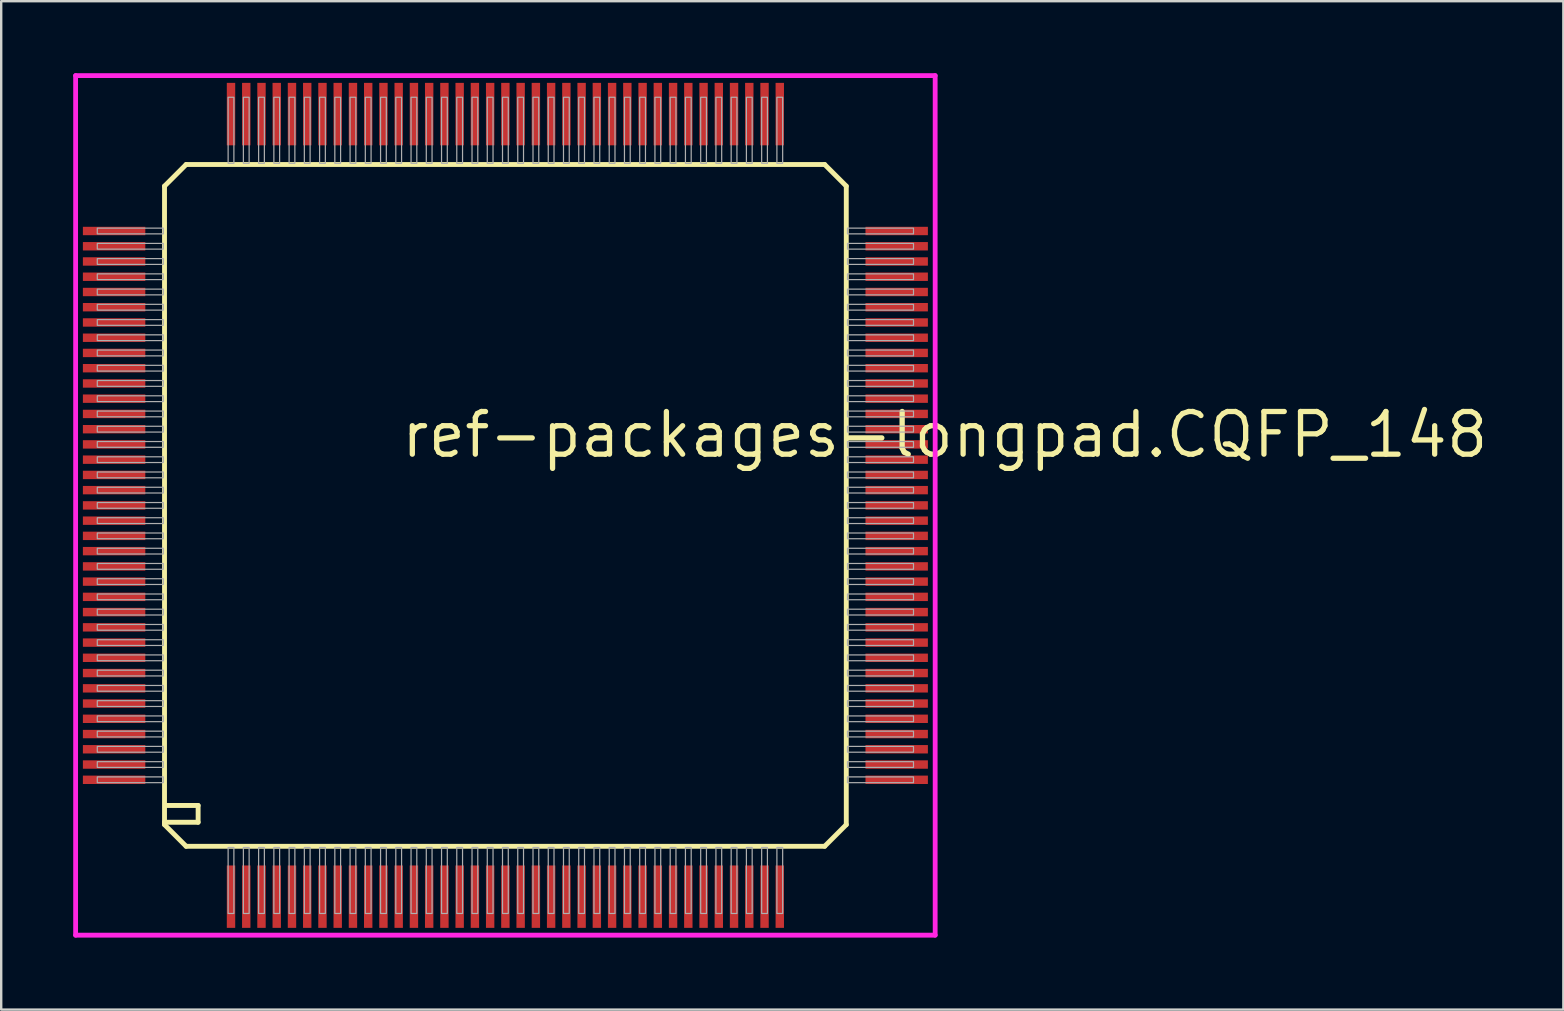
<source format=kicad_pcb>
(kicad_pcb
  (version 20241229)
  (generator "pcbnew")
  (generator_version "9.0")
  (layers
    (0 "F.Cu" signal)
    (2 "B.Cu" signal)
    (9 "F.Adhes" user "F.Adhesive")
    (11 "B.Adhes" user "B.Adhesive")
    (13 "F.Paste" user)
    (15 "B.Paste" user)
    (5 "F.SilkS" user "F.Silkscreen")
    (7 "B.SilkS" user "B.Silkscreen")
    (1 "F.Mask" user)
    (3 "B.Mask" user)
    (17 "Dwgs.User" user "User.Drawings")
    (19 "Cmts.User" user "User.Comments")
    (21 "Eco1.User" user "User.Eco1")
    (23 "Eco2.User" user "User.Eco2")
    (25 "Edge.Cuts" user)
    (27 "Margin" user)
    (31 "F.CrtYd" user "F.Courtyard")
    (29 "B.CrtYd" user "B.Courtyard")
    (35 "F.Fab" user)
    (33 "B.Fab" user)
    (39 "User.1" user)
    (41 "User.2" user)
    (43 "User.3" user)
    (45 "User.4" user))
  (footprint "ref-packages-longpad.CQFP_148"
    (layer "F.Cu")
    (at 18.003 18.003)
    (property "Reference" "ref-packages-longpad.CQFP_148" (at -4.445 -1.905 0) (layer "F.SilkS") (effects (font (size 1.778 1.778) (thickness 0.22)) (justify left bottom)))
    (attr smd)
    (fp_line (start -14.2 -13.3) (end -14.2 13.2) (stroke (width 0.203) (type default)) (layer "F.SilkS"))
    (fp_line (start -14.2 -13.3) (end -13.3 -14.2) (stroke (width 0.203) (type default)) (layer "F.SilkS"))
    (fp_line (start -14.2 13.2) (end -14.2 13.3) (stroke (width 0.203) (type default)) (layer "F.SilkS"))
    (fp_line (start -14.2 13.2) (end -12.8 13.2) (stroke (width 0.203) (type default)) (layer "F.SilkS"))
    (fp_line (start -14.2 13.3) (end -13.3 14.2) (stroke (width 0.203) (type default)) (layer "F.SilkS"))
    (fp_line (start -13.3 14.2) (end 13.3 14.2) (stroke (width 0.203) (type default)) (layer "F.SilkS"))
    (fp_line (start -12.8 12.5) (end -14.1 12.5) (stroke (width 0.203) (type default)) (layer "F.SilkS"))
    (fp_line (start -12.8 13.2) (end -12.8 12.5) (stroke (width 0.203) (type default)) (layer "F.SilkS"))
    (fp_line (start 13.3 -14.2) (end -13.3 -14.2) (stroke (width 0.203) (type default)) (layer "F.SilkS"))
    (fp_line (start 13.3 -14.2) (end 14.2 -13.3) (stroke (width 0.203) (type default)) (layer "F.SilkS"))
    (fp_line (start 13.3 14.2) (end 14.2 13.3) (stroke (width 0.203) (type default)) (layer "F.SilkS"))
    (fp_line (start 14.2 13.3) (end 14.2 -13.3) (stroke (width 0.203) (type default)) (layer "F.SilkS"))
    (fp_line (start -17.903 -17.903) (end 17.903 -17.903) (stroke (width 0.2) (type default)) (layer "F.CrtYd"))
    (fp_line (start -17.903 17.903) (end -17.903 -17.903) (stroke (width 0.2) (type default)) (layer "F.CrtYd"))
    (fp_line (start 17.903 -17.903) (end 17.903 17.903) (stroke (width 0.2) (type default)) (layer "F.CrtYd"))
    (fp_line (start 17.903 17.903) (end -17.903 17.903) (stroke (width 0.2) (type default)) (layer "F.CrtYd"))
    (fp_rect (start -17 -11.31) (end -14.25 -11.55) (stroke (width 0.05) (type default)) (fill no) (layer "F.Fab"))
    (fp_rect (start -17 -10.675) (end -14.25 -10.915) (stroke (width 0.05) (type default)) (fill no) (layer "F.Fab"))
    (fp_rect (start -17 -10.04) (end -14.25 -10.28) (stroke (width 0.05) (type default)) (fill no) (layer "F.Fab"))
    (fp_rect (start -17 -9.405) (end -14.25 -9.645) (stroke (width 0.05) (type default)) (fill no) (layer "F.Fab"))
    (fp_rect (start -17 -8.77) (end -14.25 -9.01) (stroke (width 0.05) (type default)) (fill no) (layer "F.Fab"))
    (fp_rect (start -17 -8.135) (end -14.25 -8.375) (stroke (width 0.05) (type default)) (fill no) (layer "F.Fab"))
    (fp_rect (start -17 -7.5) (end -14.25 -7.74) (stroke (width 0.05) (type default)) (fill no) (layer "F.Fab"))
    (fp_rect (start -17 -6.865) (end -14.25 -7.105) (stroke (width 0.05) (type default)) (fill no) (layer "F.Fab"))
    (fp_rect (start -17 -6.23) (end -14.25 -6.47) (stroke (width 0.05) (type default)) (fill no) (layer "F.Fab"))
    (fp_rect (start -17 -5.595) (end -14.25 -5.835) (stroke (width 0.05) (type default)) (fill no) (layer "F.Fab"))
    (fp_rect (start -17 -4.96) (end -14.25 -5.2) (stroke (width 0.05) (type default)) (fill no) (layer "F.Fab"))
    (fp_rect (start -17 -4.325) (end -14.25 -4.565) (stroke (width 0.05) (type default)) (fill no) (layer "F.Fab"))
    (fp_rect (start -17 -3.69) (end -14.25 -3.93) (stroke (width 0.05) (type default)) (fill no) (layer "F.Fab"))
    (fp_rect (start -17 -3.055) (end -14.25 -3.295) (stroke (width 0.05) (type default)) (fill no) (layer "F.Fab"))
    (fp_rect (start -17 -2.42) (end -14.25 -2.66) (stroke (width 0.05) (type default)) (fill no) (layer "F.Fab"))
    (fp_rect (start -17 -1.785) (end -14.25 -2.025) (stroke (width 0.05) (type default)) (fill no) (layer "F.Fab"))
    (fp_rect (start -17 -1.15) (end -14.25 -1.39) (stroke (width 0.05) (type default)) (fill no) (layer "F.Fab"))
    (fp_rect (start -17 -0.515) (end -14.25 -0.755) (stroke (width 0.05) (type default)) (fill no) (layer "F.Fab"))
    (fp_rect (start -17 0.12) (end -14.25 -0.12) (stroke (width 0.05) (type default)) (fill no) (layer "F.Fab"))
    (fp_rect (start -17 0.755) (end -14.25 0.515) (stroke (width 0.05) (type default)) (fill no) (layer "F.Fab"))
    (fp_rect (start -17 1.39) (end -14.25 1.15) (stroke (width 0.05) (type default)) (fill no) (layer "F.Fab"))
    (fp_rect (start -17 2.025) (end -14.25 1.785) (stroke (width 0.05) (type default)) (fill no) (layer "F.Fab"))
    (fp_rect (start -17 2.66) (end -14.25 2.42) (stroke (width 0.05) (type default)) (fill no) (layer "F.Fab"))
    (fp_rect (start -17 3.295) (end -14.25 3.055) (stroke (width 0.05) (type default)) (fill no) (layer "F.Fab"))
    (fp_rect (start -17 3.93) (end -14.25 3.69) (stroke (width 0.05) (type default)) (fill no) (layer "F.Fab"))
    (fp_rect (start -17 4.565) (end -14.25 4.325) (stroke (width 0.05) (type default)) (fill no) (layer "F.Fab"))
    (fp_rect (start -17 5.2) (end -14.25 4.96) (stroke (width 0.05) (type default)) (fill no) (layer "F.Fab"))
    (fp_rect (start -17 5.835) (end -14.25 5.595) (stroke (width 0.05) (type default)) (fill no) (layer "F.Fab"))
    (fp_rect (start -17 6.47) (end -14.25 6.23) (stroke (width 0.05) (type default)) (fill no) (layer "F.Fab"))
    (fp_rect (start -17 7.105) (end -14.25 6.865) (stroke (width 0.05) (type default)) (fill no) (layer "F.Fab"))
    (fp_rect (start -17 7.74) (end -14.25 7.5) (stroke (width 0.05) (type default)) (fill no) (layer "F.Fab"))
    (fp_rect (start -17 8.375) (end -14.25 8.135) (stroke (width 0.05) (type default)) (fill no) (layer "F.Fab"))
    (fp_rect (start -17 9.01) (end -14.25 8.77) (stroke (width 0.05) (type default)) (fill no) (layer "F.Fab"))
    (fp_rect (start -17 9.645) (end -14.25 9.405) (stroke (width 0.05) (type default)) (fill no) (layer "F.Fab"))
    (fp_rect (start -17 10.28) (end -14.25 10.04) (stroke (width 0.05) (type default)) (fill no) (layer "F.Fab"))
    (fp_rect (start -17 10.915) (end -14.25 10.675) (stroke (width 0.05) (type default)) (fill no) (layer "F.Fab"))
    (fp_rect (start -17 11.55) (end -14.25 11.31) (stroke (width 0.05) (type default)) (fill no) (layer "F.Fab"))
    (fp_rect (start -11.55 -14.25) (end -11.31 -17) (stroke (width 0.05) (type default)) (fill no) (layer "F.Fab"))
    (fp_rect (start -11.55 17) (end -11.31 14.25) (stroke (width 0.05) (type default)) (fill no) (layer "F.Fab"))
    (fp_rect (start -10.915 -14.25) (end -10.675 -17) (stroke (width 0.05) (type default)) (fill no) (layer "F.Fab"))
    (fp_rect (start -10.915 17) (end -10.675 14.25) (stroke (width 0.05) (type default)) (fill no) (layer "F.Fab"))
    (fp_rect (start -10.28 -14.25) (end -10.04 -17) (stroke (width 0.05) (type default)) (fill no) (layer "F.Fab"))
    (fp_rect (start -10.28 17) (end -10.04 14.25) (stroke (width 0.05) (type default)) (fill no) (layer "F.Fab"))
    (fp_rect (start -9.645 -14.25) (end -9.405 -17) (stroke (width 0.05) (type default)) (fill no) (layer "F.Fab"))
    (fp_rect (start -9.645 17) (end -9.405 14.25) (stroke (width 0.05) (type default)) (fill no) (layer "F.Fab"))
    (fp_rect (start -9.01 -14.25) (end -8.77 -17) (stroke (width 0.05) (type default)) (fill no) (layer "F.Fab"))
    (fp_rect (start -9.01 17) (end -8.77 14.25) (stroke (width 0.05) (type default)) (fill no) (layer "F.Fab"))
    (fp_rect (start -8.375 -14.25) (end -8.135 -17) (stroke (width 0.05) (type default)) (fill no) (layer "F.Fab"))
    (fp_rect (start -8.375 17) (end -8.135 14.25) (stroke (width 0.05) (type default)) (fill no) (layer "F.Fab"))
    (fp_rect (start -7.74 -14.25) (end -7.5 -17) (stroke (width 0.05) (type default)) (fill no) (layer "F.Fab"))
    (fp_rect (start -7.74 17) (end -7.5 14.25) (stroke (width 0.05) (type default)) (fill no) (layer "F.Fab"))
    (fp_rect (start -7.105 -14.25) (end -6.865 -17) (stroke (width 0.05) (type default)) (fill no) (layer "F.Fab"))
    (fp_rect (start -7.105 17) (end -6.865 14.25) (stroke (width 0.05) (type default)) (fill no) (layer "F.Fab"))
    (fp_rect (start -6.47 -14.25) (end -6.23 -17) (stroke (width 0.05) (type default)) (fill no) (layer "F.Fab"))
    (fp_rect (start -6.47 17) (end -6.23 14.25) (stroke (width 0.05) (type default)) (fill no) (layer "F.Fab"))
    (fp_rect (start -5.835 -14.25) (end -5.595 -17) (stroke (width 0.05) (type default)) (fill no) (layer "F.Fab"))
    (fp_rect (start -5.835 17) (end -5.595 14.25) (stroke (width 0.05) (type default)) (fill no) (layer "F.Fab"))
    (fp_rect (start -5.2 -14.25) (end -4.96 -17) (stroke (width 0.05) (type default)) (fill no) (layer "F.Fab"))
    (fp_rect (start -5.2 17) (end -4.96 14.25) (stroke (width 0.05) (type default)) (fill no) (layer "F.Fab"))
    (fp_rect (start -4.565 -14.25) (end -4.325 -17) (stroke (width 0.05) (type default)) (fill no) (layer "F.Fab"))
    (fp_rect (start -4.565 17) (end -4.325 14.25) (stroke (width 0.05) (type default)) (fill no) (layer "F.Fab"))
    (fp_rect (start -3.93 -14.25) (end -3.69 -17) (stroke (width 0.05) (type default)) (fill no) (layer "F.Fab"))
    (fp_rect (start -3.93 17) (end -3.69 14.25) (stroke (width 0.05) (type default)) (fill no) (layer "F.Fab"))
    (fp_rect (start -3.295 -14.25) (end -3.055 -17) (stroke (width 0.05) (type default)) (fill no) (layer "F.Fab"))
    (fp_rect (start -3.295 17) (end -3.055 14.25) (stroke (width 0.05) (type default)) (fill no) (layer "F.Fab"))
    (fp_rect (start -2.66 -14.25) (end -2.42 -17) (stroke (width 0.05) (type default)) (fill no) (layer "F.Fab"))
    (fp_rect (start -2.66 17) (end -2.42 14.25) (stroke (width 0.05) (type default)) (fill no) (layer "F.Fab"))
    (fp_rect (start -2.025 -14.25) (end -1.785 -17) (stroke (width 0.05) (type default)) (fill no) (layer "F.Fab"))
    (fp_rect (start -2.025 17) (end -1.785 14.25) (stroke (width 0.05) (type default)) (fill no) (layer "F.Fab"))
    (fp_rect (start -1.39 -14.25) (end -1.15 -17) (stroke (width 0.05) (type default)) (fill no) (layer "F.Fab"))
    (fp_rect (start -1.39 17) (end -1.15 14.25) (stroke (width 0.05) (type default)) (fill no) (layer "F.Fab"))
    (fp_rect (start -0.755 -14.25) (end -0.515 -17) (stroke (width 0.05) (type default)) (fill no) (layer "F.Fab"))
    (fp_rect (start -0.755 17) (end -0.515 14.25) (stroke (width 0.05) (type default)) (fill no) (layer "F.Fab"))
    (fp_rect (start -0.12 -14.25) (end 0.12 -17) (stroke (width 0.05) (type default)) (fill no) (layer "F.Fab"))
    (fp_rect (start -0.12 17) (end 0.12 14.25) (stroke (width 0.05) (type default)) (fill no) (layer "F.Fab"))
    (fp_rect (start 0.515 -14.25) (end 0.755 -17) (stroke (width 0.05) (type default)) (fill no) (layer "F.Fab"))
    (fp_rect (start 0.515 17) (end 0.755 14.25) (stroke (width 0.05) (type default)) (fill no) (layer "F.Fab"))
    (fp_rect (start 1.15 -14.25) (end 1.39 -17) (stroke (width 0.05) (type default)) (fill no) (layer "F.Fab"))
    (fp_rect (start 1.15 17) (end 1.39 14.25) (stroke (width 0.05) (type default)) (fill no) (layer "F.Fab"))
    (fp_rect (start 1.785 -14.25) (end 2.025 -17) (stroke (width 0.05) (type default)) (fill no) (layer "F.Fab"))
    (fp_rect (start 1.785 17) (end 2.025 14.25) (stroke (width 0.05) (type default)) (fill no) (layer "F.Fab"))
    (fp_rect (start 2.42 -14.25) (end 2.66 -17) (stroke (width 0.05) (type default)) (fill no) (layer "F.Fab"))
    (fp_rect (start 2.42 17) (end 2.66 14.25) (stroke (width 0.05) (type default)) (fill no) (layer "F.Fab"))
    (fp_rect (start 3.055 -14.25) (end 3.295 -17) (stroke (width 0.05) (type default)) (fill no) (layer "F.Fab"))
    (fp_rect (start 3.055 17) (end 3.295 14.25) (stroke (width 0.05) (type default)) (fill no) (layer "F.Fab"))
    (fp_rect (start 3.69 -14.25) (end 3.93 -17) (stroke (width 0.05) (type default)) (fill no) (layer "F.Fab"))
    (fp_rect (start 3.69 17) (end 3.93 14.25) (stroke (width 0.05) (type default)) (fill no) (layer "F.Fab"))
    (fp_rect (start 4.325 -14.25) (end 4.565 -17) (stroke (width 0.05) (type default)) (fill no) (layer "F.Fab"))
    (fp_rect (start 4.325 17) (end 4.565 14.25) (stroke (width 0.05) (type default)) (fill no) (layer "F.Fab"))
    (fp_rect (start 4.96 -14.25) (end 5.2 -17) (stroke (width 0.05) (type default)) (fill no) (layer "F.Fab"))
    (fp_rect (start 4.96 17) (end 5.2 14.25) (stroke (width 0.05) (type default)) (fill no) (layer "F.Fab"))
    (fp_rect (start 5.595 -14.25) (end 5.835 -17) (stroke (width 0.05) (type default)) (fill no) (layer "F.Fab"))
    (fp_rect (start 5.595 17) (end 5.835 14.25) (stroke (width 0.05) (type default)) (fill no) (layer "F.Fab"))
    (fp_rect (start 6.23 -14.25) (end 6.47 -17) (stroke (width 0.05) (type default)) (fill no) (layer "F.Fab"))
    (fp_rect (start 6.23 17) (end 6.47 14.25) (stroke (width 0.05) (type default)) (fill no) (layer "F.Fab"))
    (fp_rect (start 6.865 -14.25) (end 7.105 -17) (stroke (width 0.05) (type default)) (fill no) (layer "F.Fab"))
    (fp_rect (start 6.865 17) (end 7.105 14.25) (stroke (width 0.05) (type default)) (fill no) (layer "F.Fab"))
    (fp_rect (start 7.5 -14.25) (end 7.74 -17) (stroke (width 0.05) (type default)) (fill no) (layer "F.Fab"))
    (fp_rect (start 7.5 17) (end 7.74 14.25) (stroke (width 0.05) (type default)) (fill no) (layer "F.Fab"))
    (fp_rect (start 8.135 -14.25) (end 8.375 -17) (stroke (width 0.05) (type default)) (fill no) (layer "F.Fab"))
    (fp_rect (start 8.135 17) (end 8.375 14.25) (stroke (width 0.05) (type default)) (fill no) (layer "F.Fab"))
    (fp_rect (start 8.77 -14.25) (end 9.01 -17) (stroke (width 0.05) (type default)) (fill no) (layer "F.Fab"))
    (fp_rect (start 8.77 17) (end 9.01 14.25) (stroke (width 0.05) (type default)) (fill no) (layer "F.Fab"))
    (fp_rect (start 9.405 -14.25) (end 9.645 -17) (stroke (width 0.05) (type default)) (fill no) (layer "F.Fab"))
    (fp_rect (start 9.405 17) (end 9.645 14.25) (stroke (width 0.05) (type default)) (fill no) (layer "F.Fab"))
    (fp_rect (start 10.04 -14.25) (end 10.28 -17) (stroke (width 0.05) (type default)) (fill no) (layer "F.Fab"))
    (fp_rect (start 10.04 17) (end 10.28 14.25) (stroke (width 0.05) (type default)) (fill no) (layer "F.Fab"))
    (fp_rect (start 10.675 -14.25) (end 10.915 -17) (stroke (width 0.05) (type default)) (fill no) (layer "F.Fab"))
    (fp_rect (start 10.675 17) (end 10.915 14.25) (stroke (width 0.05) (type default)) (fill no) (layer "F.Fab"))
    (fp_rect (start 11.31 -14.25) (end 11.55 -17) (stroke (width 0.05) (type default)) (fill no) (layer "F.Fab"))
    (fp_rect (start 11.31 17) (end 11.55 14.25) (stroke (width 0.05) (type default)) (fill no) (layer "F.Fab"))
    (fp_rect (start 14.25 -11.31) (end 17 -11.55) (stroke (width 0.05) (type default)) (fill no) (layer "F.Fab"))
    (fp_rect (start 14.25 -10.675) (end 17 -10.915) (stroke (width 0.05) (type default)) (fill no) (layer "F.Fab"))
    (fp_rect (start 14.25 -10.04) (end 17 -10.28) (stroke (width 0.05) (type default)) (fill no) (layer "F.Fab"))
    (fp_rect (start 14.25 -9.405) (end 17 -9.645) (stroke (width 0.05) (type default)) (fill no) (layer "F.Fab"))
    (fp_rect (start 14.25 -8.77) (end 17 -9.01) (stroke (width 0.05) (type default)) (fill no) (layer "F.Fab"))
    (fp_rect (start 14.25 -8.135) (end 17 -8.375) (stroke (width 0.05) (type default)) (fill no) (layer "F.Fab"))
    (fp_rect (start 14.25 -7.5) (end 17 -7.74) (stroke (width 0.05) (type default)) (fill no) (layer "F.Fab"))
    (fp_rect (start 14.25 -6.865) (end 17 -7.105) (stroke (width 0.05) (type default)) (fill no) (layer "F.Fab"))
    (fp_rect (start 14.25 -6.23) (end 17 -6.47) (stroke (width 0.05) (type default)) (fill no) (layer "F.Fab"))
    (fp_rect (start 14.25 -5.595) (end 17 -5.835) (stroke (width 0.05) (type default)) (fill no) (layer "F.Fab"))
    (fp_rect (start 14.25 -4.96) (end 17 -5.2) (stroke (width 0.05) (type default)) (fill no) (layer "F.Fab"))
    (fp_rect (start 14.25 -4.325) (end 17 -4.565) (stroke (width 0.05) (type default)) (fill no) (layer "F.Fab"))
    (fp_rect (start 14.25 -3.69) (end 17 -3.93) (stroke (width 0.05) (type default)) (fill no) (layer "F.Fab"))
    (fp_rect (start 14.25 -3.055) (end 17 -3.295) (stroke (width 0.05) (type default)) (fill no) (layer "F.Fab"))
    (fp_rect (start 14.25 -2.42) (end 17 -2.66) (stroke (width 0.05) (type default)) (fill no) (layer "F.Fab"))
    (fp_rect (start 14.25 -1.785) (end 17 -2.025) (stroke (width 0.05) (type default)) (fill no) (layer "F.Fab"))
    (fp_rect (start 14.25 -1.15) (end 17 -1.39) (stroke (width 0.05) (type default)) (fill no) (layer "F.Fab"))
    (fp_rect (start 14.25 -0.515) (end 17 -0.755) (stroke (width 0.05) (type default)) (fill no) (layer "F.Fab"))
    (fp_rect (start 14.25 0.12) (end 17 -0.12) (stroke (width 0.05) (type default)) (fill no) (layer "F.Fab"))
    (fp_rect (start 14.25 0.755) (end 17 0.515) (stroke (width 0.05) (type default)) (fill no) (layer "F.Fab"))
    (fp_rect (start 14.25 1.39) (end 17 1.15) (stroke (width 0.05) (type default)) (fill no) (layer "F.Fab"))
    (fp_rect (start 14.25 2.025) (end 17 1.785) (stroke (width 0.05) (type default)) (fill no) (layer "F.Fab"))
    (fp_rect (start 14.25 2.66) (end 17 2.42) (stroke (width 0.05) (type default)) (fill no) (layer "F.Fab"))
    (fp_rect (start 14.25 3.295) (end 17 3.055) (stroke (width 0.05) (type default)) (fill no) (layer "F.Fab"))
    (fp_rect (start 14.25 3.93) (end 17 3.69) (stroke (width 0.05) (type default)) (fill no) (layer "F.Fab"))
    (fp_rect (start 14.25 4.565) (end 17 4.325) (stroke (width 0.05) (type default)) (fill no) (layer "F.Fab"))
    (fp_rect (start 14.25 5.2) (end 17 4.96) (stroke (width 0.05) (type default)) (fill no) (layer "F.Fab"))
    (fp_rect (start 14.25 5.835) (end 17 5.595) (stroke (width 0.05) (type default)) (fill no) (layer "F.Fab"))
    (fp_rect (start 14.25 6.47) (end 17 6.23) (stroke (width 0.05) (type default)) (fill no) (layer "F.Fab"))
    (fp_rect (start 14.25 7.105) (end 17 6.865) (stroke (width 0.05) (type default)) (fill no) (layer "F.Fab"))
    (fp_rect (start 14.25 7.74) (end 17 7.5) (stroke (width 0.05) (type default)) (fill no) (layer "F.Fab"))
    (fp_rect (start 14.25 8.375) (end 17 8.135) (stroke (width 0.05) (type default)) (fill no) (layer "F.Fab"))
    (fp_rect (start 14.25 9.01) (end 17 8.77) (stroke (width 0.05) (type default)) (fill no) (layer "F.Fab"))
    (fp_rect (start 14.25 9.645) (end 17 9.405) (stroke (width 0.05) (type default)) (fill no) (layer "F.Fab"))
    (fp_rect (start 14.25 10.28) (end 17 10.04) (stroke (width 0.05) (type default)) (fill no) (layer "F.Fab"))
    (fp_rect (start 14.25 10.915) (end 17 10.675) (stroke (width 0.05) (type default)) (fill no) (layer "F.Fab"))
    (fp_rect (start 14.25 11.55) (end 17 11.31) (stroke (width 0.05) (type default)) (fill no) (layer "F.Fab"))
    (pad "1" smd roundrect (at -11.43 16.3) (size 0.35 2.6) (layers "F.Cu" "F.Mask" "F.Paste") (roundrect_rratio 0.01))
    (pad "2" smd roundrect (at -10.795 16.3) (size 0.35 2.6) (layers "F.Cu" "F.Mask" "F.Paste") (roundrect_rratio 0.01))
    (pad "3" smd roundrect (at -10.16 16.3) (size 0.35 2.6) (layers "F.Cu" "F.Mask" "F.Paste") (roundrect_rratio 0.01))
    (pad "4" smd roundrect (at -9.525 16.3) (size 0.35 2.6) (layers "F.Cu" "F.Mask" "F.Paste") (roundrect_rratio 0.01))
    (pad "5" smd roundrect (at -8.89 16.3) (size 0.35 2.6) (layers "F.Cu" "F.Mask" "F.Paste") (roundrect_rratio 0.01))
    (pad "6" smd roundrect (at -8.255 16.3) (size 0.35 2.6) (layers "F.Cu" "F.Mask" "F.Paste") (roundrect_rratio 0.01))
    (pad "7" smd roundrect (at -7.62 16.3) (size 0.35 2.6) (layers "F.Cu" "F.Mask" "F.Paste") (roundrect_rratio 0.01))
    (pad "8" smd roundrect (at -6.985 16.3) (size 0.35 2.6) (layers "F.Cu" "F.Mask" "F.Paste") (roundrect_rratio 0.01))
    (pad "9" smd roundrect (at -6.35 16.3) (size 0.35 2.6) (layers "F.Cu" "F.Mask" "F.Paste") (roundrect_rratio 0.01))
    (pad "10" smd roundrect (at -5.715 16.3) (size 0.35 2.6) (layers "F.Cu" "F.Mask" "F.Paste") (roundrect_rratio 0.01))
    (pad "11" smd roundrect (at -5.08 16.3) (size 0.35 2.6) (layers "F.Cu" "F.Mask" "F.Paste") (roundrect_rratio 0.01))
    (pad "12" smd roundrect (at -4.445 16.3) (size 0.35 2.6) (layers "F.Cu" "F.Mask" "F.Paste") (roundrect_rratio 0.01))
    (pad "13" smd roundrect (at -3.81 16.3) (size 0.35 2.6) (layers "F.Cu" "F.Mask" "F.Paste") (roundrect_rratio 0.01))
    (pad "14" smd roundrect (at -3.175 16.3) (size 0.35 2.6) (layers "F.Cu" "F.Mask" "F.Paste") (roundrect_rratio 0.01))
    (pad "15" smd roundrect (at -2.54 16.3) (size 0.35 2.6) (layers "F.Cu" "F.Mask" "F.Paste") (roundrect_rratio 0.01))
    (pad "16" smd roundrect (at -1.905 16.3) (size 0.35 2.6) (layers "F.Cu" "F.Mask" "F.Paste") (roundrect_rratio 0.01))
    (pad "17" smd roundrect (at -1.27 16.3) (size 0.35 2.6) (layers "F.Cu" "F.Mask" "F.Paste") (roundrect_rratio 0.01))
    (pad "18" smd roundrect (at -0.635 16.3) (size 0.35 2.6) (layers "F.Cu" "F.Mask" "F.Paste") (roundrect_rratio 0.01))
    (pad "19" smd roundrect (at 0 16.3) (size 0.35 2.6) (layers "F.Cu" "F.Mask" "F.Paste") (roundrect_rratio 0.01))
    (pad "20" smd roundrect (at 0.635 16.3) (size 0.35 2.6) (layers "F.Cu" "F.Mask" "F.Paste") (roundrect_rratio 0.01))
    (pad "21" smd roundrect (at 1.27 16.3) (size 0.35 2.6) (layers "F.Cu" "F.Mask" "F.Paste") (roundrect_rratio 0.01))
    (pad "22" smd roundrect (at 1.905 16.3) (size 0.35 2.6) (layers "F.Cu" "F.Mask" "F.Paste") (roundrect_rratio 0.01))
    (pad "23" smd roundrect (at 2.54 16.3) (size 0.35 2.6) (layers "F.Cu" "F.Mask" "F.Paste") (roundrect_rratio 0.01))
    (pad "24" smd roundrect (at 3.175 16.3) (size 0.35 2.6) (layers "F.Cu" "F.Mask" "F.Paste") (roundrect_rratio 0.01))
    (pad "25" smd roundrect (at 3.81 16.3) (size 0.35 2.6) (layers "F.Cu" "F.Mask" "F.Paste") (roundrect_rratio 0.01))
    (pad "26" smd roundrect (at 4.445 16.3) (size 0.35 2.6) (layers "F.Cu" "F.Mask" "F.Paste") (roundrect_rratio 0.01))
    (pad "27" smd roundrect (at 5.08 16.3) (size 0.35 2.6) (layers "F.Cu" "F.Mask" "F.Paste") (roundrect_rratio 0.01))
    (pad "28" smd roundrect (at 5.715 16.3) (size 0.35 2.6) (layers "F.Cu" "F.Mask" "F.Paste") (roundrect_rratio 0.01))
    (pad "29" smd roundrect (at 6.35 16.3) (size 0.35 2.6) (layers "F.Cu" "F.Mask" "F.Paste") (roundrect_rratio 0.01))
    (pad "30" smd roundrect (at 6.985 16.3) (size 0.35 2.6) (layers "F.Cu" "F.Mask" "F.Paste") (roundrect_rratio 0.01))
    (pad "31" smd roundrect (at 7.62 16.3) (size 0.35 2.6) (layers "F.Cu" "F.Mask" "F.Paste") (roundrect_rratio 0.01))
    (pad "32" smd roundrect (at 8.255 16.3) (size 0.35 2.6) (layers "F.Cu" "F.Mask" "F.Paste") (roundrect_rratio 0.01))
    (pad "33" smd roundrect (at 8.89 16.3) (size 0.35 2.6) (layers "F.Cu" "F.Mask" "F.Paste") (roundrect_rratio 0.01))
    (pad "34" smd roundrect (at 9.525 16.3) (size 0.35 2.6) (layers "F.Cu" "F.Mask" "F.Paste") (roundrect_rratio 0.01))
    (pad "35" smd roundrect (at 10.16 16.3) (size 0.35 2.6) (layers "F.Cu" "F.Mask" "F.Paste") (roundrect_rratio 0.01))
    (pad "36" smd roundrect (at 10.795 16.3) (size 0.35 2.6) (layers "F.Cu" "F.Mask" "F.Paste") (roundrect_rratio 0.01))
    (pad "37" smd roundrect (at 11.43 16.3) (size 0.35 2.6) (layers "F.Cu" "F.Mask" "F.Paste") (roundrect_rratio 0.01))
    (pad "38" smd roundrect (at 16.3 11.43) (size 2.6 0.35) (layers "F.Cu" "F.Mask" "F.Paste") (roundrect_rratio 0.01))
    (pad "39" smd roundrect (at 16.3 10.795) (size 2.6 0.35) (layers "F.Cu" "F.Mask" "F.Paste") (roundrect_rratio 0.01))
    (pad "40" smd roundrect (at 16.3 10.16) (size 2.6 0.35) (layers "F.Cu" "F.Mask" "F.Paste") (roundrect_rratio 0.01))
    (pad "41" smd roundrect (at 16.3 9.525) (size 2.6 0.35) (layers "F.Cu" "F.Mask" "F.Paste") (roundrect_rratio 0.01))
    (pad "42" smd roundrect (at 16.3 8.89) (size 2.6 0.35) (layers "F.Cu" "F.Mask" "F.Paste") (roundrect_rratio 0.01))
    (pad "43" smd roundrect (at 16.3 8.255) (size 2.6 0.35) (layers "F.Cu" "F.Mask" "F.Paste") (roundrect_rratio 0.01))
    (pad "44" smd roundrect (at 16.3 7.62) (size 2.6 0.35) (layers "F.Cu" "F.Mask" "F.Paste") (roundrect_rratio 0.01))
    (pad "45" smd roundrect (at 16.3 6.985) (size 2.6 0.35) (layers "F.Cu" "F.Mask" "F.Paste") (roundrect_rratio 0.01))
    (pad "46" smd roundrect (at 16.3 6.35) (size 2.6 0.35) (layers "F.Cu" "F.Mask" "F.Paste") (roundrect_rratio 0.01))
    (pad "47" smd roundrect (at 16.3 5.715) (size 2.6 0.35) (layers "F.Cu" "F.Mask" "F.Paste") (roundrect_rratio 0.01))
    (pad "48" smd roundrect (at 16.3 5.08) (size 2.6 0.35) (layers "F.Cu" "F.Mask" "F.Paste") (roundrect_rratio 0.01))
    (pad "49" smd roundrect (at 16.3 4.445) (size 2.6 0.35) (layers "F.Cu" "F.Mask" "F.Paste") (roundrect_rratio 0.01))
    (pad "50" smd roundrect (at 16.3 3.81) (size 2.6 0.35) (layers "F.Cu" "F.Mask" "F.Paste") (roundrect_rratio 0.01))
    (pad "51" smd roundrect (at 16.3 3.175) (size 2.6 0.35) (layers "F.Cu" "F.Mask" "F.Paste") (roundrect_rratio 0.01))
    (pad "52" smd roundrect (at 16.3 2.54) (size 2.6 0.35) (layers "F.Cu" "F.Mask" "F.Paste") (roundrect_rratio 0.01))
    (pad "53" smd roundrect (at 16.3 1.905) (size 2.6 0.35) (layers "F.Cu" "F.Mask" "F.Paste") (roundrect_rratio 0.01))
    (pad "54" smd roundrect (at 16.3 1.27) (size 2.6 0.35) (layers "F.Cu" "F.Mask" "F.Paste") (roundrect_rratio 0.01))
    (pad "55" smd roundrect (at 16.3 0.635) (size 2.6 0.35) (layers "F.Cu" "F.Mask" "F.Paste") (roundrect_rratio 0.01))
    (pad "56" smd roundrect (at 16.3 0) (size 2.6 0.35) (layers "F.Cu" "F.Mask" "F.Paste") (roundrect_rratio 0.01))
    (pad "57" smd roundrect (at 16.3 -0.635) (size 2.6 0.35) (layers "F.Cu" "F.Mask" "F.Paste") (roundrect_rratio 0.01))
    (pad "58" smd roundrect (at 16.3 -1.27) (size 2.6 0.35) (layers "F.Cu" "F.Mask" "F.Paste") (roundrect_rratio 0.01))
    (pad "59" smd roundrect (at 16.3 -1.905) (size 2.6 0.35) (layers "F.Cu" "F.Mask" "F.Paste") (roundrect_rratio 0.01))
    (pad "60" smd roundrect (at 16.3 -2.54) (size 2.6 0.35) (layers "F.Cu" "F.Mask" "F.Paste") (roundrect_rratio 0.01))
    (pad "61" smd roundrect (at 16.3 -3.175) (size 2.6 0.35) (layers "F.Cu" "F.Mask" "F.Paste") (roundrect_rratio 0.01))
    (pad "62" smd roundrect (at 16.3 -3.81) (size 2.6 0.35) (layers "F.Cu" "F.Mask" "F.Paste") (roundrect_rratio 0.01))
    (pad "63" smd roundrect (at 16.3 -4.445) (size 2.6 0.35) (layers "F.Cu" "F.Mask" "F.Paste") (roundrect_rratio 0.01))
    (pad "64" smd roundrect (at 16.3 -5.08) (size 2.6 0.35) (layers "F.Cu" "F.Mask" "F.Paste") (roundrect_rratio 0.01))
    (pad "65" smd roundrect (at 16.3 -5.715) (size 2.6 0.35) (layers "F.Cu" "F.Mask" "F.Paste") (roundrect_rratio 0.01))
    (pad "66" smd roundrect (at 16.3 -6.35) (size 2.6 0.35) (layers "F.Cu" "F.Mask" "F.Paste") (roundrect_rratio 0.01))
    (pad "67" smd roundrect (at 16.3 -6.985) (size 2.6 0.35) (layers "F.Cu" "F.Mask" "F.Paste") (roundrect_rratio 0.01))
    (pad "68" smd roundrect (at 16.3 -7.62) (size 2.6 0.35) (layers "F.Cu" "F.Mask" "F.Paste") (roundrect_rratio 0.01))
    (pad "69" smd roundrect (at 16.3 -8.255) (size 2.6 0.35) (layers "F.Cu" "F.Mask" "F.Paste") (roundrect_rratio 0.01))
    (pad "70" smd roundrect (at 16.3 -8.89) (size 2.6 0.35) (layers "F.Cu" "F.Mask" "F.Paste") (roundrect_rratio 0.01))
    (pad "71" smd roundrect (at 16.3 -9.525) (size 2.6 0.35) (layers "F.Cu" "F.Mask" "F.Paste") (roundrect_rratio 0.01))
    (pad "72" smd roundrect (at 16.3 -10.16) (size 2.6 0.35) (layers "F.Cu" "F.Mask" "F.Paste") (roundrect_rratio 0.01))
    (pad "73" smd roundrect (at 16.3 -10.795) (size 2.6 0.35) (layers "F.Cu" "F.Mask" "F.Paste") (roundrect_rratio 0.01))
    (pad "74" smd roundrect (at 16.3 -11.43) (size 2.6 0.35) (layers "F.Cu" "F.Mask" "F.Paste") (roundrect_rratio 0.01))
    (pad "75" smd roundrect (at 11.43 -16.3) (size 0.35 2.6) (layers "F.Cu" "F.Mask" "F.Paste") (roundrect_rratio 0.01))
    (pad "76" smd roundrect (at 10.795 -16.3) (size 0.35 2.6) (layers "F.Cu" "F.Mask" "F.Paste") (roundrect_rratio 0.01))
    (pad "77" smd roundrect (at 10.16 -16.3) (size 0.35 2.6) (layers "F.Cu" "F.Mask" "F.Paste") (roundrect_rratio 0.01))
    (pad "78" smd roundrect (at 9.525 -16.3) (size 0.35 2.6) (layers "F.Cu" "F.Mask" "F.Paste") (roundrect_rratio 0.01))
    (pad "79" smd roundrect (at 8.89 -16.3) (size 0.35 2.6) (layers "F.Cu" "F.Mask" "F.Paste") (roundrect_rratio 0.01))
    (pad "80" smd roundrect (at 8.255 -16.3) (size 0.35 2.6) (layers "F.Cu" "F.Mask" "F.Paste") (roundrect_rratio 0.01))
    (pad "81" smd roundrect (at 7.62 -16.3) (size 0.35 2.6) (layers "F.Cu" "F.Mask" "F.Paste") (roundrect_rratio 0.01))
    (pad "82" smd roundrect (at 6.985 -16.3) (size 0.35 2.6) (layers "F.Cu" "F.Mask" "F.Paste") (roundrect_rratio 0.01))
    (pad "83" smd roundrect (at 6.35 -16.3) (size 0.35 2.6) (layers "F.Cu" "F.Mask" "F.Paste") (roundrect_rratio 0.01))
    (pad "84" smd roundrect (at 5.715 -16.3) (size 0.35 2.6) (layers "F.Cu" "F.Mask" "F.Paste") (roundrect_rratio 0.01))
    (pad "85" smd roundrect (at 5.08 -16.3) (size 0.35 2.6) (layers "F.Cu" "F.Mask" "F.Paste") (roundrect_rratio 0.01))
    (pad "86" smd roundrect (at 4.445 -16.3) (size 0.35 2.6) (layers "F.Cu" "F.Mask" "F.Paste") (roundrect_rratio 0.01))
    (pad "87" smd roundrect (at 3.81 -16.3) (size 0.35 2.6) (layers "F.Cu" "F.Mask" "F.Paste") (roundrect_rratio 0.01))
    (pad "88" smd roundrect (at 3.175 -16.3) (size 0.35 2.6) (layers "F.Cu" "F.Mask" "F.Paste") (roundrect_rratio 0.01))
    (pad "89" smd roundrect (at 2.54 -16.3) (size 0.35 2.6) (layers "F.Cu" "F.Mask" "F.Paste") (roundrect_rratio 0.01))
    (pad "90" smd roundrect (at 1.905 -16.3) (size 0.35 2.6) (layers "F.Cu" "F.Mask" "F.Paste") (roundrect_rratio 0.01))
    (pad "91" smd roundrect (at 1.27 -16.3) (size 0.35 2.6) (layers "F.Cu" "F.Mask" "F.Paste") (roundrect_rratio 0.01))
    (pad "92" smd roundrect (at 0.635 -16.3) (size 0.35 2.6) (layers "F.Cu" "F.Mask" "F.Paste") (roundrect_rratio 0.01))
    (pad "93" smd roundrect (at 0 -16.3) (size 0.35 2.6) (layers "F.Cu" "F.Mask" "F.Paste") (roundrect_rratio 0.01))
    (pad "94" smd roundrect (at -0.635 -16.3) (size 0.35 2.6) (layers "F.Cu" "F.Mask" "F.Paste") (roundrect_rratio 0.01))
    (pad "95" smd roundrect (at -1.27 -16.3) (size 0.35 2.6) (layers "F.Cu" "F.Mask" "F.Paste") (roundrect_rratio 0.01))
    (pad "96" smd roundrect (at -1.905 -16.3) (size 0.35 2.6) (layers "F.Cu" "F.Mask" "F.Paste") (roundrect_rratio 0.01))
    (pad "97" smd roundrect (at -2.54 -16.3) (size 0.35 2.6) (layers "F.Cu" "F.Mask" "F.Paste") (roundrect_rratio 0.01))
    (pad "98" smd roundrect (at -3.175 -16.3) (size 0.35 2.6) (layers "F.Cu" "F.Mask" "F.Paste") (roundrect_rratio 0.01))
    (pad "99" smd roundrect (at -3.81 -16.3) (size 0.35 2.6) (layers "F.Cu" "F.Mask" "F.Paste") (roundrect_rratio 0.01))
    (pad "100" smd roundrect (at -4.445 -16.3) (size 0.35 2.6) (layers "F.Cu" "F.Mask" "F.Paste") (roundrect_rratio 0.01))
    (pad "101" smd roundrect (at -5.08 -16.3) (size 0.35 2.6) (layers "F.Cu" "F.Mask" "F.Paste") (roundrect_rratio 0.01))
    (pad "102" smd roundrect (at -5.715 -16.3) (size 0.35 2.6) (layers "F.Cu" "F.Mask" "F.Paste") (roundrect_rratio 0.01))
    (pad "103" smd roundrect (at -6.35 -16.3) (size 0.35 2.6) (layers "F.Cu" "F.Mask" "F.Paste") (roundrect_rratio 0.01))
    (pad "104" smd roundrect (at -6.985 -16.3) (size 0.35 2.6) (layers "F.Cu" "F.Mask" "F.Paste") (roundrect_rratio 0.01))
    (pad "105" smd roundrect (at -7.62 -16.3) (size 0.35 2.6) (layers "F.Cu" "F.Mask" "F.Paste") (roundrect_rratio 0.01))
    (pad "106" smd roundrect (at -8.255 -16.3) (size 0.35 2.6) (layers "F.Cu" "F.Mask" "F.Paste") (roundrect_rratio 0.01))
    (pad "107" smd roundrect (at -8.89 -16.3) (size 0.35 2.6) (layers "F.Cu" "F.Mask" "F.Paste") (roundrect_rratio 0.01))
    (pad "108" smd roundrect (at -9.525 -16.3) (size 0.35 2.6) (layers "F.Cu" "F.Mask" "F.Paste") (roundrect_rratio 0.01))
    (pad "109" smd roundrect (at -10.16 -16.3) (size 0.35 2.6) (layers "F.Cu" "F.Mask" "F.Paste") (roundrect_rratio 0.01))
    (pad "110" smd roundrect (at -10.795 -16.3) (size 0.35 2.6) (layers "F.Cu" "F.Mask" "F.Paste") (roundrect_rratio 0.01))
    (pad "111" smd roundrect (at -11.43 -16.3) (size 0.35 2.6) (layers "F.Cu" "F.Mask" "F.Paste") (roundrect_rratio 0.01))
    (pad "112" smd roundrect (at -16.3 -11.43) (size 2.6 0.35) (layers "F.Cu" "F.Mask" "F.Paste") (roundrect_rratio 0.01))
    (pad "113" smd roundrect (at -16.3 -10.795) (size 2.6 0.35) (layers "F.Cu" "F.Mask" "F.Paste") (roundrect_rratio 0.01))
    (pad "114" smd roundrect (at -16.3 -10.16) (size 2.6 0.35) (layers "F.Cu" "F.Mask" "F.Paste") (roundrect_rratio 0.01))
    (pad "115" smd roundrect (at -16.3 -9.525) (size 2.6 0.35) (layers "F.Cu" "F.Mask" "F.Paste") (roundrect_rratio 0.01))
    (pad "116" smd roundrect (at -16.3 -8.89) (size 2.6 0.35) (layers "F.Cu" "F.Mask" "F.Paste") (roundrect_rratio 0.01))
    (pad "117" smd roundrect (at -16.3 -8.255) (size 2.6 0.35) (layers "F.Cu" "F.Mask" "F.Paste") (roundrect_rratio 0.01))
    (pad "118" smd roundrect (at -16.3 -7.62) (size 2.6 0.35) (layers "F.Cu" "F.Mask" "F.Paste") (roundrect_rratio 0.01))
    (pad "119" smd roundrect (at -16.3 -6.985) (size 2.6 0.35) (layers "F.Cu" "F.Mask" "F.Paste") (roundrect_rratio 0.01))
    (pad "120" smd roundrect (at -16.3 -6.35) (size 2.6 0.35) (layers "F.Cu" "F.Mask" "F.Paste") (roundrect_rratio 0.01))
    (pad "121" smd roundrect (at -16.3 -5.715) (size 2.6 0.35) (layers "F.Cu" "F.Mask" "F.Paste") (roundrect_rratio 0.01))
    (pad "122" smd roundrect (at -16.3 -5.08) (size 2.6 0.35) (layers "F.Cu" "F.Mask" "F.Paste") (roundrect_rratio 0.01))
    (pad "123" smd roundrect (at -16.3 -4.445) (size 2.6 0.35) (layers "F.Cu" "F.Mask" "F.Paste") (roundrect_rratio 0.01))
    (pad "124" smd roundrect (at -16.3 -3.81) (size 2.6 0.35) (layers "F.Cu" "F.Mask" "F.Paste") (roundrect_rratio 0.01))
    (pad "125" smd roundrect (at -16.3 -3.175) (size 2.6 0.35) (layers "F.Cu" "F.Mask" "F.Paste") (roundrect_rratio 0.01))
    (pad "126" smd roundrect (at -16.3 -2.54) (size 2.6 0.35) (layers "F.Cu" "F.Mask" "F.Paste") (roundrect_rratio 0.01))
    (pad "127" smd roundrect (at -16.3 -1.905) (size 2.6 0.35) (layers "F.Cu" "F.Mask" "F.Paste") (roundrect_rratio 0.01))
    (pad "128" smd roundrect (at -16.3 -1.27) (size 2.6 0.35) (layers "F.Cu" "F.Mask" "F.Paste") (roundrect_rratio 0.01))
    (pad "129" smd roundrect (at -16.3 -0.635) (size 2.6 0.35) (layers "F.Cu" "F.Mask" "F.Paste") (roundrect_rratio 0.01))
    (pad "130" smd roundrect (at -16.3 0) (size 2.6 0.35) (layers "F.Cu" "F.Mask" "F.Paste") (roundrect_rratio 0.01))
    (pad "131" smd roundrect (at -16.3 0.635) (size 2.6 0.35) (layers "F.Cu" "F.Mask" "F.Paste") (roundrect_rratio 0.01))
    (pad "132" smd roundrect (at -16.3 1.27) (size 2.6 0.35) (layers "F.Cu" "F.Mask" "F.Paste") (roundrect_rratio 0.01))
    (pad "133" smd roundrect (at -16.3 1.905) (size 2.6 0.35) (layers "F.Cu" "F.Mask" "F.Paste") (roundrect_rratio 0.01))
    (pad "134" smd roundrect (at -16.3 2.54) (size 2.6 0.35) (layers "F.Cu" "F.Mask" "F.Paste") (roundrect_rratio 0.01))
    (pad "135" smd roundrect (at -16.3 3.175) (size 2.6 0.35) (layers "F.Cu" "F.Mask" "F.Paste") (roundrect_rratio 0.01))
    (pad "136" smd roundrect (at -16.3 3.81) (size 2.6 0.35) (layers "F.Cu" "F.Mask" "F.Paste") (roundrect_rratio 0.01))
    (pad "137" smd roundrect (at -16.3 4.445) (size 2.6 0.35) (layers "F.Cu" "F.Mask" "F.Paste") (roundrect_rratio 0.01))
    (pad "138" smd roundrect (at -16.3 5.08) (size 2.6 0.35) (layers "F.Cu" "F.Mask" "F.Paste") (roundrect_rratio 0.01))
    (pad "139" smd roundrect (at -16.3 5.715) (size 2.6 0.35) (layers "F.Cu" "F.Mask" "F.Paste") (roundrect_rratio 0.01))
    (pad "140" smd roundrect (at -16.3 6.35) (size 2.6 0.35) (layers "F.Cu" "F.Mask" "F.Paste") (roundrect_rratio 0.01))
    (pad "141" smd roundrect (at -16.3 6.985) (size 2.6 0.35) (layers "F.Cu" "F.Mask" "F.Paste") (roundrect_rratio 0.01))
    (pad "142" smd roundrect (at -16.3 7.62) (size 2.6 0.35) (layers "F.Cu" "F.Mask" "F.Paste") (roundrect_rratio 0.01))
    (pad "143" smd roundrect (at -16.3 8.255) (size 2.6 0.35) (layers "F.Cu" "F.Mask" "F.Paste") (roundrect_rratio 0.01))
    (pad "144" smd roundrect (at -16.3 8.89) (size 2.6 0.35) (layers "F.Cu" "F.Mask" "F.Paste") (roundrect_rratio 0.01))
    (pad "145" smd roundrect (at -16.3 9.525) (size 2.6 0.35) (layers "F.Cu" "F.Mask" "F.Paste") (roundrect_rratio 0.01))
    (pad "146" smd roundrect (at -16.3 10.16) (size 2.6 0.35) (layers "F.Cu" "F.Mask" "F.Paste") (roundrect_rratio 0.01))
    (pad "147" smd roundrect (at -16.3 10.795) (size 2.6 0.35) (layers "F.Cu" "F.Mask" "F.Paste") (roundrect_rratio 0.01))
    (pad "148" smd roundrect (at -16.3 11.43) (size 2.6 0.35) (layers "F.Cu" "F.Mask" "F.Paste") (roundrect_rratio 0.01)))
  (gr_rect
    (start -3 -3)
    (end 62.074 39.006)
    (stroke (width 0.1) (type default))
    (fill no)
    (layer "Edge.Cuts")))
</source>
